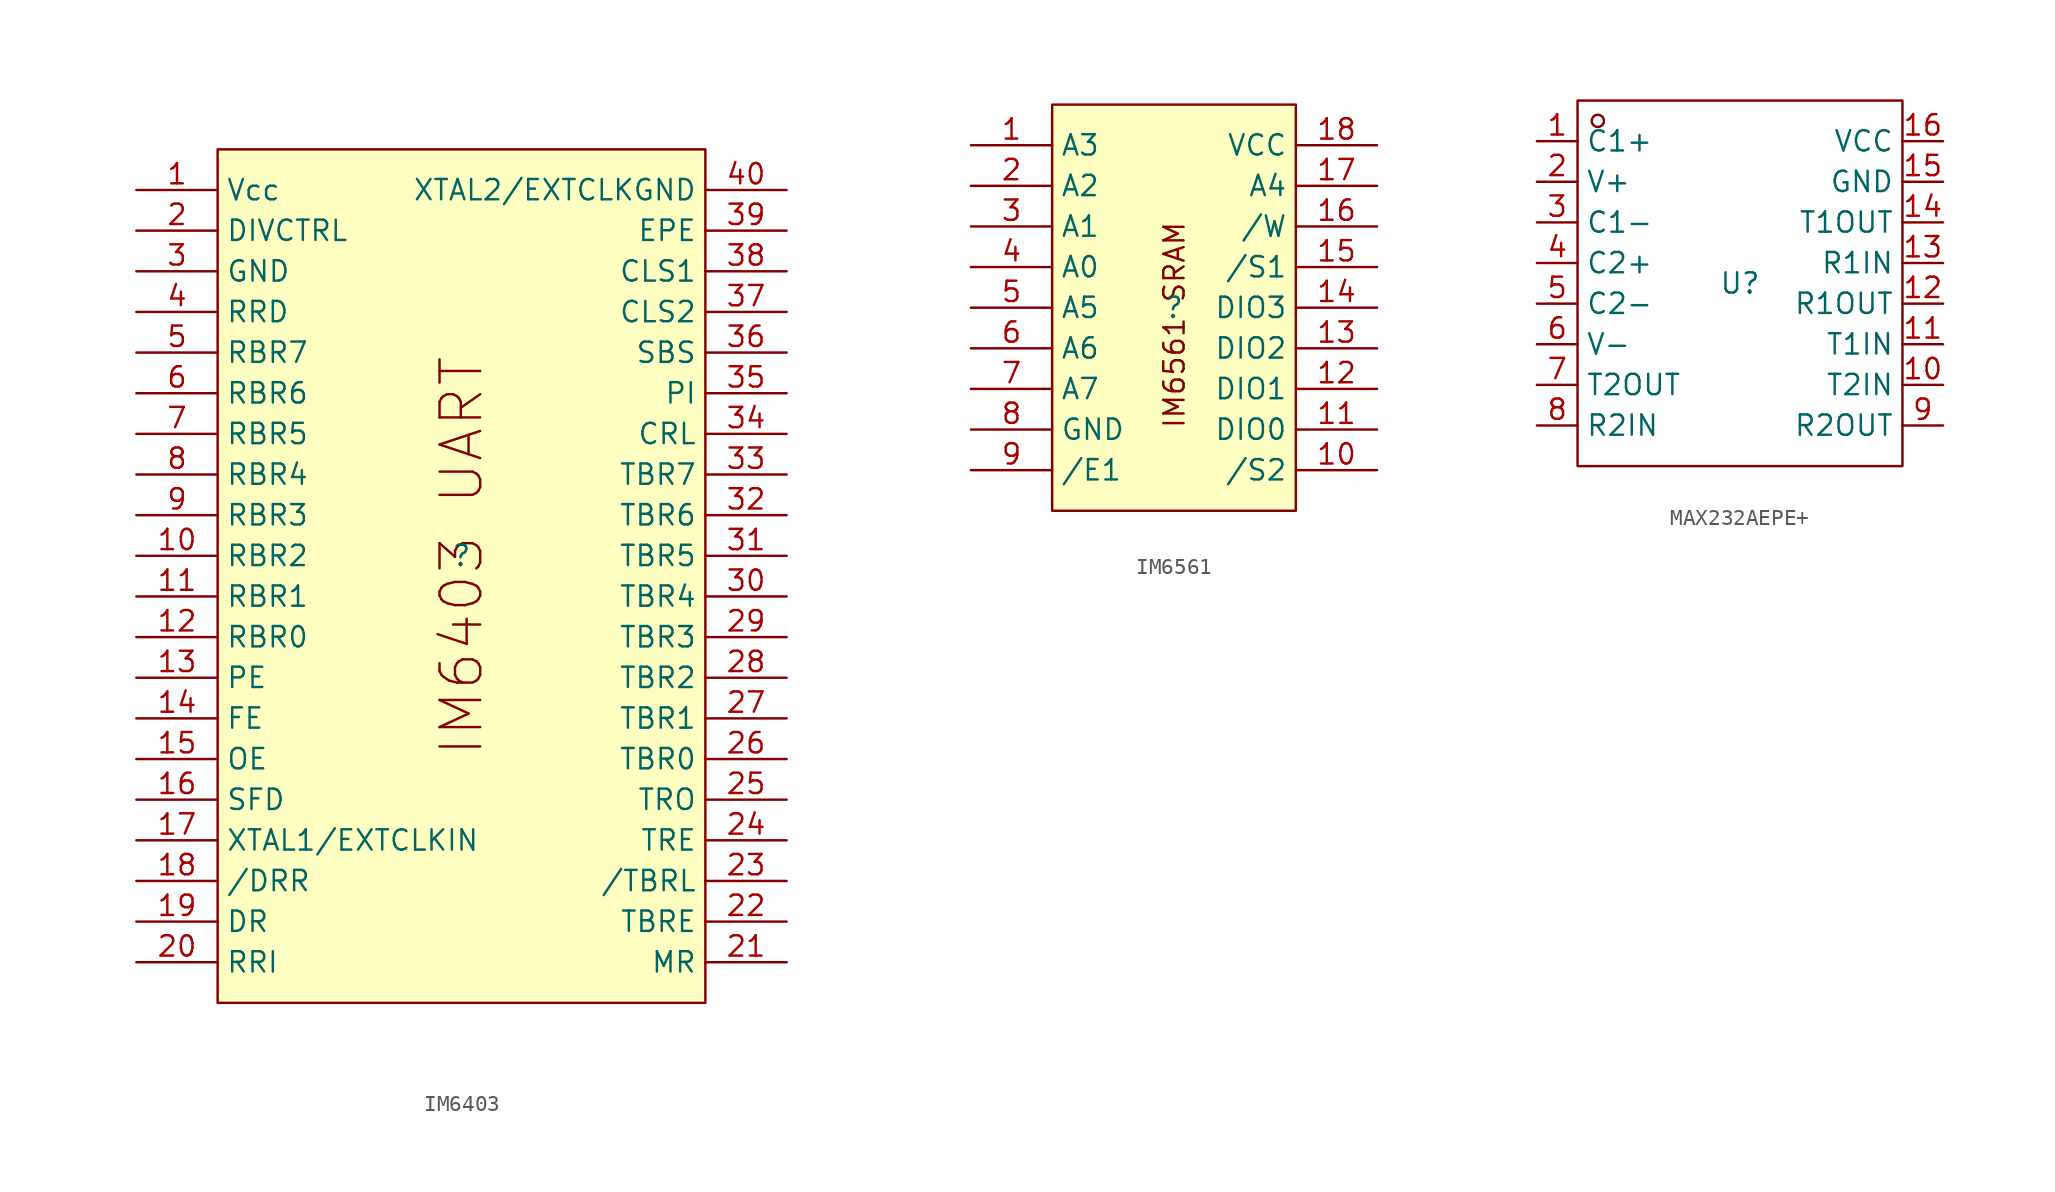
<source format=kicad_sym>
(kicad_symbol_lib
  (version 20241209)
  (generator "kicad_symbol_editor")
  (generator_version "9.0")
  (symbol "IM6403"
    (property "Reference" ""
      (at 0 0 0)
      (effects (font (size 1.27 1.27))))
    (property "Value" ""
      (at 0 0 0)
      (effects (font (size 1.27 1.27))))
    (symbol "IM6403_1_0"
      (rectangle (start -15.24 25.4) (end 15.24 -27.94) (stroke (width 0) (type default)) (fill (type background)))
      (text "IM6403 UART" (at 0 0 900) (effects (font (size 2.54 2.54))))
      (pin power_in line (at -20.32 22.86 0) (length 5.08) (name "Vcc" (effects (font (size 1.27 1.27)))) (number "1" (effects (font (size 1.27 1.27)))))
      (pin input line (at -20.32 20.32 0) (length 5.08) (name "DIVCTRL" (effects (font (size 1.27 1.27)))) (number "2" (effects (font (size 1.27 1.27)))))
      (pin power_in line (at -20.32 17.78 0) (length 5.08) (name "GND" (effects (font (size 1.27 1.27)))) (number "3" (effects (font (size 1.27 1.27)))))
      (pin input line (at -20.32 15.24 0) (length 5.08) (name "RRD" (effects (font (size 1.27 1.27)))) (number "4" (effects (font (size 1.27 1.27)))))
      (pin tri_state line (at -20.32 12.7 0) (length 5.08) (name "RBR7" (effects (font (size 1.27 1.27)))) (number "5" (effects (font (size 1.27 1.27)))))
      (pin tri_state line (at -20.32 10.16 0) (length 5.08) (name "RBR6" (effects (font (size 1.27 1.27)))) (number "6" (effects (font (size 1.27 1.27)))))
      (pin tri_state line (at -20.32 7.62 0) (length 5.08) (name "RBR5" (effects (font (size 1.27 1.27)))) (number "7" (effects (font (size 1.27 1.27)))))
      (pin tri_state line (at -20.32 5.08 0) (length 5.08) (name "RBR4" (effects (font (size 1.27 1.27)))) (number "8" (effects (font (size 1.27 1.27)))))
      (pin tri_state line (at -20.32 2.54 0) (length 5.08) (name "RBR3" (effects (font (size 1.27 1.27)))) (number "9" (effects (font (size 1.27 1.27)))))
      (pin tri_state line (at -20.32 0 0) (length 5.08) (name "RBR2" (effects (font (size 1.27 1.27)))) (number "10" (effects (font (size 1.27 1.27)))))
      (pin tri_state line (at -20.32 -2.54 0) (length 5.08) (name "RBR1" (effects (font (size 1.27 1.27)))) (number "11" (effects (font (size 1.27 1.27)))))
      (pin tri_state line (at -20.32 -5.08 0) (length 5.08) (name "RBR0" (effects (font (size 1.27 1.27)))) (number "12" (effects (font (size 1.27 1.27)))))
      (pin output line (at -20.32 -7.62 0) (length 5.08) (name "PE" (effects (font (size 1.27 1.27)))) (number "13" (effects (font (size 1.27 1.27)))))
      (pin output line (at -20.32 -10.16 0) (length 5.08) (name "FE" (effects (font (size 1.27 1.27)))) (number "14" (effects (font (size 1.27 1.27)))))
      (pin output line (at -20.32 -12.7 0) (length 5.08) (name "OE" (effects (font (size 1.27 1.27)))) (number "15" (effects (font (size 1.27 1.27)))))
      (pin input line (at -20.32 -15.24 0) (length 5.08) (name "SFD" (effects (font (size 1.27 1.27)))) (number "16" (effects (font (size 1.27 1.27)))))
      (pin input line (at -20.32 -17.78 0) (length 5.08) (name "XTAL1/EXTCLKIN" (effects (font (size 1.27 1.27)))) (number "17" (effects (font (size 1.27 1.27)))))
      (pin input line (at -20.32 -20.32 0) (length 5.08) (name "/DRR" (effects (font (size 1.27 1.27)))) (number "18" (effects (font (size 1.27 1.27)))))
      (pin output line (at -20.32 -22.86 0) (length 5.08) (name "DR" (effects (font (size 1.27 1.27)))) (number "19" (effects (font (size 1.27 1.27)))))
      (pin input line (at -20.32 -25.4 0) (length 5.08) (name "RRI" (effects (font (size 1.27 1.27)))) (number "20" (effects (font (size 1.27 1.27)))))
      (pin input line (at 20.32 22.86 180) (length 5.08) (name "XTAL2/EXTCLKGND" (effects (font (size 1.27 1.27)))) (number "40" (effects (font (size 1.27 1.27)))))
      (pin input line (at 20.32 20.32 180) (length 5.08) (name "EPE" (effects (font (size 1.27 1.27)))) (number "39" (effects (font (size 1.27 1.27)))))
      (pin input line (at 20.32 17.78 180) (length 5.08) (name "CLS1" (effects (font (size 1.27 1.27)))) (number "38" (effects (font (size 1.27 1.27)))))
      (pin input line (at 20.32 15.24 180) (length 5.08) (name "CLS2" (effects (font (size 1.27 1.27)))) (number "37" (effects (font (size 1.27 1.27)))))
      (pin input line (at 20.32 12.7 180) (length 5.08) (name "SBS" (effects (font (size 1.27 1.27)))) (number "36" (effects (font (size 1.27 1.27)))))
      (pin input line (at 20.32 10.16 180) (length 5.08) (name "PI" (effects (font (size 1.27 1.27)))) (number "35" (effects (font (size 1.27 1.27)))))
      (pin input line (at 20.32 7.62 180) (length 5.08) (name "CRL" (effects (font (size 1.27 1.27)))) (number "34" (effects (font (size 1.27 1.27)))))
      (pin input line (at 20.32 5.08 180) (length 5.08) (name "TBR7" (effects (font (size 1.27 1.27)))) (number "33" (effects (font (size 1.27 1.27)))))
      (pin input line (at 20.32 2.54 180) (length 5.08) (name "TBR6" (effects (font (size 1.27 1.27)))) (number "32" (effects (font (size 1.27 1.27)))))
      (pin input line (at 20.32 0 180) (length 5.08) (name "TBR5" (effects (font (size 1.27 1.27)))) (number "31" (effects (font (size 1.27 1.27)))))
      (pin input line (at 20.32 -2.54 180) (length 5.08) (name "TBR4" (effects (font (size 1.27 1.27)))) (number "30" (effects (font (size 1.27 1.27)))))
      (pin input line (at 20.32 -5.08 180) (length 5.08) (name "TBR3" (effects (font (size 1.27 1.27)))) (number "29" (effects (font (size 1.27 1.27)))))
      (pin input line (at 20.32 -7.62 180) (length 5.08) (name "TBR2" (effects (font (size 1.27 1.27)))) (number "28" (effects (font (size 1.27 1.27)))))
      (pin input line (at 20.32 -10.16 180) (length 5.08) (name "TBR1" (effects (font (size 1.27 1.27)))) (number "27" (effects (font (size 1.27 1.27)))))
      (pin input line (at 20.32 -12.7 180) (length 5.08) (name "TBR0" (effects (font (size 1.27 1.27)))) (number "26" (effects (font (size 1.27 1.27)))))
      (pin output line (at 20.32 -15.24 180) (length 5.08) (name "TRO" (effects (font (size 1.27 1.27)))) (number "25" (effects (font (size 1.27 1.27)))))
      (pin output line (at 20.32 -17.78 180) (length 5.08) (name "TRE" (effects (font (size 1.27 1.27)))) (number "24" (effects (font (size 1.27 1.27)))))
      (pin input line (at 20.32 -20.32 180) (length 5.08) (name "/TBRL" (effects (font (size 1.27 1.27)))) (number "23" (effects (font (size 1.27 1.27)))))
      (pin output line (at 20.32 -22.86 180) (length 5.08) (name "TBRE" (effects (font (size 1.27 1.27)))) (number "22" (effects (font (size 1.27 1.27)))))
      (pin input line (at 20.32 -25.4 180) (length 5.08) (name "MR" (effects (font (size 1.27 1.27)))) (number "21" (effects (font (size 1.27 1.27)))))))
  (symbol "IM6561"
    (property "Reference" ""
      (at 0 0 0)
      (effects (font (size 1.27 1.27))))
    (property "Value" ""
      (at 0 0 0)
      (effects (font (size 1.27 1.27))))
    (symbol "IM6561_1_0"
      (rectangle (start -7.62 12.7) (end 7.62 -12.7) (stroke (width 0) (type default)) (fill (type background)))
      (text "IM6561 SRAM" (at 0.762 -7.62 900) (effects (font (size 1.27 1.27)) (justify left bottom)))
      (pin input line (at -12.7 10.16 0) (length 5.08) (name "A3" (effects (font (size 1.27 1.27)))) (number "1" (effects (font (size 1.27 1.27)))))
      (pin input line (at -12.7 7.62 0) (length 5.08) (name "A2" (effects (font (size 1.27 1.27)))) (number "2" (effects (font (size 1.27 1.27)))))
      (pin input line (at -12.7 5.08 0) (length 5.08) (name "A1" (effects (font (size 1.27 1.27)))) (number "3" (effects (font (size 1.27 1.27)))))
      (pin input line (at -12.7 2.54 0) (length 5.08) (name "A0" (effects (font (size 1.27 1.27)))) (number "4" (effects (font (size 1.27 1.27)))))
      (pin input line (at -12.7 0 0) (length 5.08) (name "A5" (effects (font (size 1.27 1.27)))) (number "5" (effects (font (size 1.27 1.27)))))
      (pin input line (at -12.7 -2.54 0) (length 5.08) (name "A6" (effects (font (size 1.27 1.27)))) (number "6" (effects (font (size 1.27 1.27)))))
      (pin input line (at -12.7 -5.08 0) (length 5.08) (name "A7" (effects (font (size 1.27 1.27)))) (number "7" (effects (font (size 1.27 1.27)))))
      (pin power_in line (at -12.7 -7.62 0) (length 5.08) (name "GND" (effects (font (size 1.27 1.27)))) (number "8" (effects (font (size 1.27 1.27)))))
      (pin input line (at -12.7 -10.16 0) (length 5.08) (name "/E1" (effects (font (size 1.27 1.27)))) (number "9" (effects (font (size 1.27 1.27)))))
      (pin power_in line (at 12.7 10.16 180) (length 5.08) (name "VCC" (effects (font (size 1.27 1.27)))) (number "18" (effects (font (size 1.27 1.27)))))
      (pin input line (at 12.7 7.62 180) (length 5.08) (name "A4" (effects (font (size 1.27 1.27)))) (number "17" (effects (font (size 1.27 1.27)))))
      (pin input line (at 12.7 5.08 180) (length 5.08) (name "/W" (effects (font (size 1.27 1.27)))) (number "16" (effects (font (size 1.27 1.27)))))
      (pin input line (at 12.7 2.54 180) (length 5.08) (name "/S1" (effects (font (size 1.27 1.27)))) (number "15" (effects (font (size 1.27 1.27)))))
      (pin tri_state line (at 12.7 0 180) (length 5.08) (name "DIO3" (effects (font (size 1.27 1.27)))) (number "14" (effects (font (size 1.27 1.27)))))
      (pin tri_state line (at 12.7 -2.54 180) (length 5.08) (name "DIO2" (effects (font (size 1.27 1.27)))) (number "13" (effects (font (size 1.27 1.27)))))
      (pin tri_state line (at 12.7 -5.08 180) (length 5.08) (name "DIO1" (effects (font (size 1.27 1.27)))) (number "12" (effects (font (size 1.27 1.27)))))
      (pin tri_state line (at 12.7 -7.62 180) (length 5.08) (name "DIO0" (effects (font (size 1.27 1.27)))) (number "11" (effects (font (size 1.27 1.27)))))
      (pin input line (at 12.7 -10.16 180) (length 5.08) (name "/S2" (effects (font (size 1.27 1.27)))) (number "10" (effects (font (size 1.27 1.27)))))))
  (symbol "MAX232AEPE+"
    (property "Reference" "U"
      (at 0 0 0)
      (effects (font (size 1.27 1.27))))
    (property "Value" ""
      (at 0 0 0)
      (effects (font (size 1.27 1.27))))
    (symbol "MAX232AEPE+_1_0"
      (rectangle (start -10.16 -11.43) (end 10.16 11.43) (stroke (width 0) (type default)) (fill (type none)))
      (circle (center -8.89 10.16) (radius 0.381) (stroke (width 0) (type default)) (fill (type none)))
      (pin unspecified line (at -12.7 8.89 0) (length 2.54) (name "C1+" (effects (font (size 1.27 1.27)))) (number "1" (effects (font (size 1.27 1.27)))))
      (pin unspecified line (at -12.7 6.35 0) (length 2.54) (name "V+" (effects (font (size 1.27 1.27)))) (number "2" (effects (font (size 1.27 1.27)))))
      (pin unspecified line (at -12.7 3.81 0) (length 2.54) (name "C1-" (effects (font (size 1.27 1.27)))) (number "3" (effects (font (size 1.27 1.27)))))
      (pin unspecified line (at -12.7 1.27 0) (length 2.54) (name "C2+" (effects (font (size 1.27 1.27)))) (number "4" (effects (font (size 1.27 1.27)))))
      (pin unspecified line (at -12.7 -1.27 0) (length 2.54) (name "C2-" (effects (font (size 1.27 1.27)))) (number "5" (effects (font (size 1.27 1.27)))))
      (pin unspecified line (at -12.7 -3.81 0) (length 2.54) (name "V-" (effects (font (size 1.27 1.27)))) (number "6" (effects (font (size 1.27 1.27)))))
      (pin unspecified line (at -12.7 -6.35 0) (length 2.54) (name "T2OUT" (effects (font (size 1.27 1.27)))) (number "7" (effects (font (size 1.27 1.27)))))
      (pin unspecified line (at -12.7 -8.89 0) (length 2.54) (name "R2IN" (effects (font (size 1.27 1.27)))) (number "8" (effects (font (size 1.27 1.27)))))
      (pin unspecified line (at 12.7 8.89 180) (length 2.54) (name "VCC" (effects (font (size 1.27 1.27)))) (number "16" (effects (font (size 1.27 1.27)))))
      (pin unspecified line (at 12.7 6.35 180) (length 2.54) (name "GND" (effects (font (size 1.27 1.27)))) (number "15" (effects (font (size 1.27 1.27)))))
      (pin unspecified line (at 12.7 3.81 180) (length 2.54) (name "T1OUT" (effects (font (size 1.27 1.27)))) (number "14" (effects (font (size 1.27 1.27)))))
      (pin unspecified line (at 12.7 1.27 180) (length 2.54) (name "R1IN" (effects (font (size 1.27 1.27)))) (number "13" (effects (font (size 1.27 1.27)))))
      (pin unspecified line (at 12.7 -1.27 180) (length 2.54) (name "R1OUT" (effects (font (size 1.27 1.27)))) (number "12" (effects (font (size 1.27 1.27)))))
      (pin unspecified line (at 12.7 -3.81 180) (length 2.54) (name "T1IN" (effects (font (size 1.27 1.27)))) (number "11" (effects (font (size 1.27 1.27)))))
      (pin unspecified line (at 12.7 -6.35 180) (length 2.54) (name "T2IN" (effects (font (size 1.27 1.27)))) (number "10" (effects (font (size 1.27 1.27)))))
      (pin unspecified line (at 12.7 -8.89 180) (length 2.54) (name "R2OUT" (effects (font (size 1.27 1.27)))) (number "9" (effects (font (size 1.27 1.27))))))))
</source>
